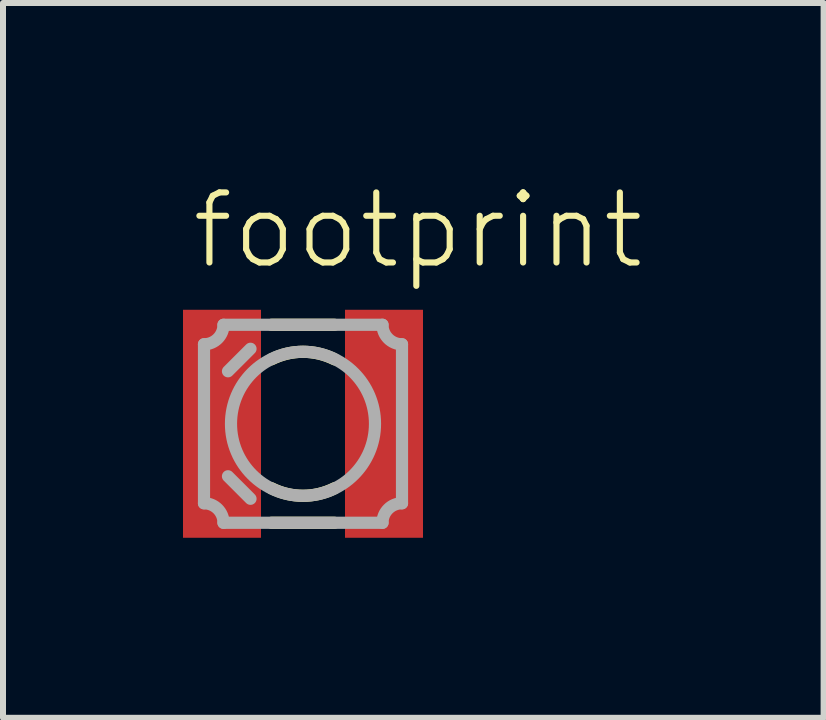
<source format=kicad_pcb>
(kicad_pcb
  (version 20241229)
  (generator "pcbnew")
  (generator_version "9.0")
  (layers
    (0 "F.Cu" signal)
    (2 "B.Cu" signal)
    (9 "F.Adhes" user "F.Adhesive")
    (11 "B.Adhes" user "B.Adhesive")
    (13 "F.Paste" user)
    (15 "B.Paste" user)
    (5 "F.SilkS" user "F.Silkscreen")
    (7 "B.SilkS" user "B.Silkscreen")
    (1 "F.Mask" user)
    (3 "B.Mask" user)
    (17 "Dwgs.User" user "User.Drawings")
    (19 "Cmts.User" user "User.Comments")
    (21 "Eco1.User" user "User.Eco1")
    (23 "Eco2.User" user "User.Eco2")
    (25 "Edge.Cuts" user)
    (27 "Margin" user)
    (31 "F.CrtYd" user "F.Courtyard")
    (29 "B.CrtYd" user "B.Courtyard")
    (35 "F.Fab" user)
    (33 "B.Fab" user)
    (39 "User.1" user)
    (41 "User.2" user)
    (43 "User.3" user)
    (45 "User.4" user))
  (footprint "footprint"
    (layer "F.Cu")
    (at 2 4.013)
    (property "Reference" "footprint" (at -1.905 -2.54 0) (layer "F.SilkS") (effects (font (size 1.168 1.168) (thickness 0.102)) (justify left bottom)))
    (fp_line (start -0.525 -1.65) (end 0.525 -1.65) (stroke (width 0.203) (type solid)) (layer "F.SilkS"))
    (fp_line (start 0.525 1.65) (end -0.525 1.65) (stroke (width 0.203) (type solid)) (layer "F.SilkS"))
    (fp_arc (start -0.525 -1.075) (mid 0 -1.2) (end 0.525001 -1.075) (stroke (width 0.2032) (type solid)) (layer "F.SilkS"))
    (fp_arc (start 0.525 1.075) (mid 0 1.2) (end -0.525001 1.075) (stroke (width 0.2032) (type solid)) (layer "F.SilkS"))
    (fp_line (start -1.65 -1.325) (end -1.65 1.325) (stroke (width 0.203) (type solid)) (layer "F.Fab"))
    (fp_line (start -1.325 1.65) (end 1.325 1.65) (stroke (width 0.203) (type solid)) (layer "F.Fab"))
    (fp_line (start -1.25 -0.875) (end -0.875 -1.25) (stroke (width 0.203) (type solid)) (layer "F.Fab"))
    (fp_line (start -0.875 1.25) (end -1.25 0.875) (stroke (width 0.203) (type solid)) (layer "F.Fab"))
    (fp_line (start 1.325 -1.65) (end -1.325 -1.65) (stroke (width 0.203) (type solid)) (layer "F.Fab"))
    (fp_line (start 1.65 1.325) (end 1.65 -1.325) (stroke (width 0.203) (type solid)) (layer "F.Fab"))
    (fp_arc (start -1.65 1.325) (mid -1.420161 1.42016) (end -1.325 1.649998) (stroke (width 0.2032) (type solid)) (layer "F.Fab"))
    (fp_arc (start -1.325 -1.65) (mid -1.42016 -1.420161) (end -1.649998 -1.325) (stroke (width 0.2032) (type solid)) (layer "F.Fab"))
    (fp_arc (start 1.325 1.65) (mid 1.42016 1.420161) (end 1.649998 1.325) (stroke (width 0.2032) (type solid)) (layer "F.Fab"))
    (fp_arc (start 1.65 -1.325) (mid 1.420161 -1.42016) (end 1.325 -1.649998) (stroke (width 0.2032) (type solid)) (layer "F.Fab"))
    (fp_circle (center 0 0) (end 1.2 0) (stroke (width 0.203) (type solid)) (fill no) (layer "F.Fab"))
    (pad "A" smd rect (at 1.35 0) (size 1.3 3.8) (layers "F.Cu" "F.Mask" "F.Paste"))
    (pad "C" smd rect (at -1.35 0) (size 1.3 3.8) (layers "F.Cu" "F.Mask" "F.Paste")))
  (gr_rect
    (start -3 -3)
    (end 10.677 8.913)
    (stroke (width 0.1) (type default))
    (fill no)
    (layer "Edge.Cuts")))
</source>
